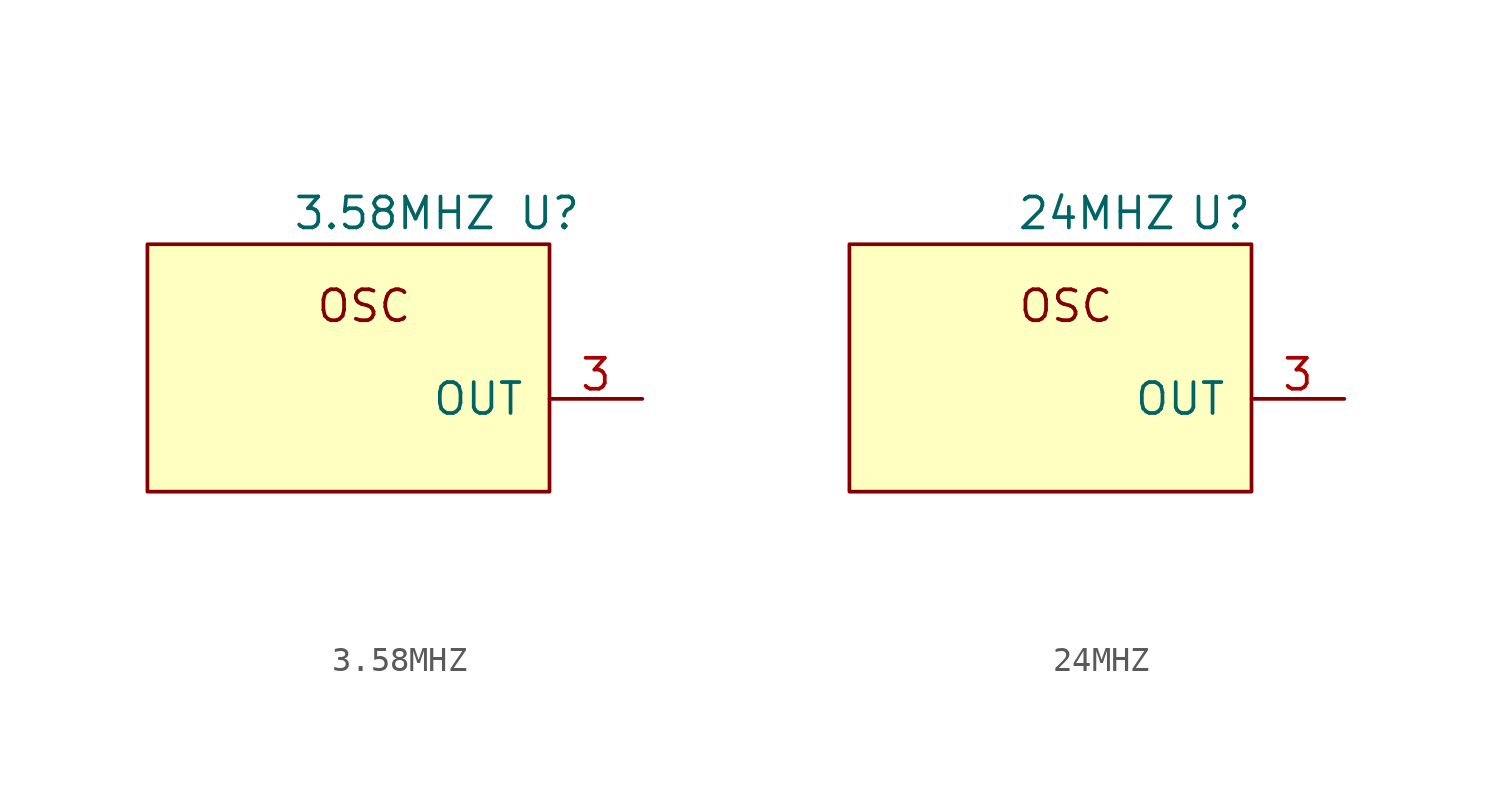
<source format=kicad_sym>
(kicad_symbol_lib
  (version 20211014)
  (generator kicad_symbol_editor)
  (symbol "3.58MHZ"
    (pin_names
      (offset 1.016))
    (property "Reference" "U"
      (at 16.51 1.27 0)
      (effects (font (size 1.27 1.27))))
    (property "Value" "3.58MHZ"
      (at 10.16 1.27 0)
      (effects (font (size 1.27 1.27))))
    (symbol "3.58MHZ_0_0"
      (text "OSC" (at 8.89 -2.54 0) (effects (font (size 1.27 1.27))))
      (pin input line (at 3.81 -13.97 90) (length 3.81) hide (name "GND" (effects (font (size 1.27 1.27)))) (number "1" (effects (font (size 1.27 1.27)))))
      (pin input line (at 10.16 -13.97 90) (length 3.81) hide (name "GND" (effects (font (size 1.27 1.27)))) (number "2" (effects (font (size 1.27 1.27)))))
      (pin input line (at 20.32 -6.35 180) (length 3.81) (name "OUT" (effects (font (size 1.27 1.27)))) (number "3" (effects (font (size 1.27 1.27)))))
      (pin input line (at 3.81 3.81 270) (length 3.81) hide (name "+5V" (effects (font (size 1.27 1.27)))) (number "4" (effects (font (size 1.27 1.27))))))
    (symbol "3.58MHZ_0_1"
      (rectangle (start 0 0) (end 16.51 -10.16) (stroke (width 0) (type default) (color 0 0 0 0)) (fill (type background)))))
  (symbol "24MHZ"
    (pin_names
      (offset 1.016))
    (property "Reference" "U"
      (at 15.24 1.27 0)
      (effects (font (size 1.27 1.27))))
    (property "Value" "24MHZ"
      (at 10.16 1.27 0)
      (effects (font (size 1.27 1.27))))
    (symbol "24MHZ_0_0"
      (text "OSC" (at 8.89 -2.54 0) (effects (font (size 1.27 1.27))))
      (pin input line (at 3.81 -13.97 90) (length 3.81) hide (name "GND" (effects (font (size 1.27 1.27)))) (number "1" (effects (font (size 1.27 1.27)))))
      (pin input line (at 10.16 -13.97 90) (length 3.81) hide (name "GND" (effects (font (size 1.27 1.27)))) (number "2" (effects (font (size 1.27 1.27)))))
      (pin input line (at 20.32 -6.35 180) (length 3.81) (name "OUT" (effects (font (size 1.27 1.27)))) (number "3" (effects (font (size 1.27 1.27)))))
      (pin input line (at 3.81 3.81 270) (length 3.81) hide (name "+5V" (effects (font (size 1.27 1.27)))) (number "4" (effects (font (size 1.27 1.27))))))
    (symbol "24MHZ_0_1"
      (rectangle (start 0 0) (end 16.51 -10.16) (stroke (width 0) (type default) (color 0 0 0 0)) (fill (type background))))))
</source>
